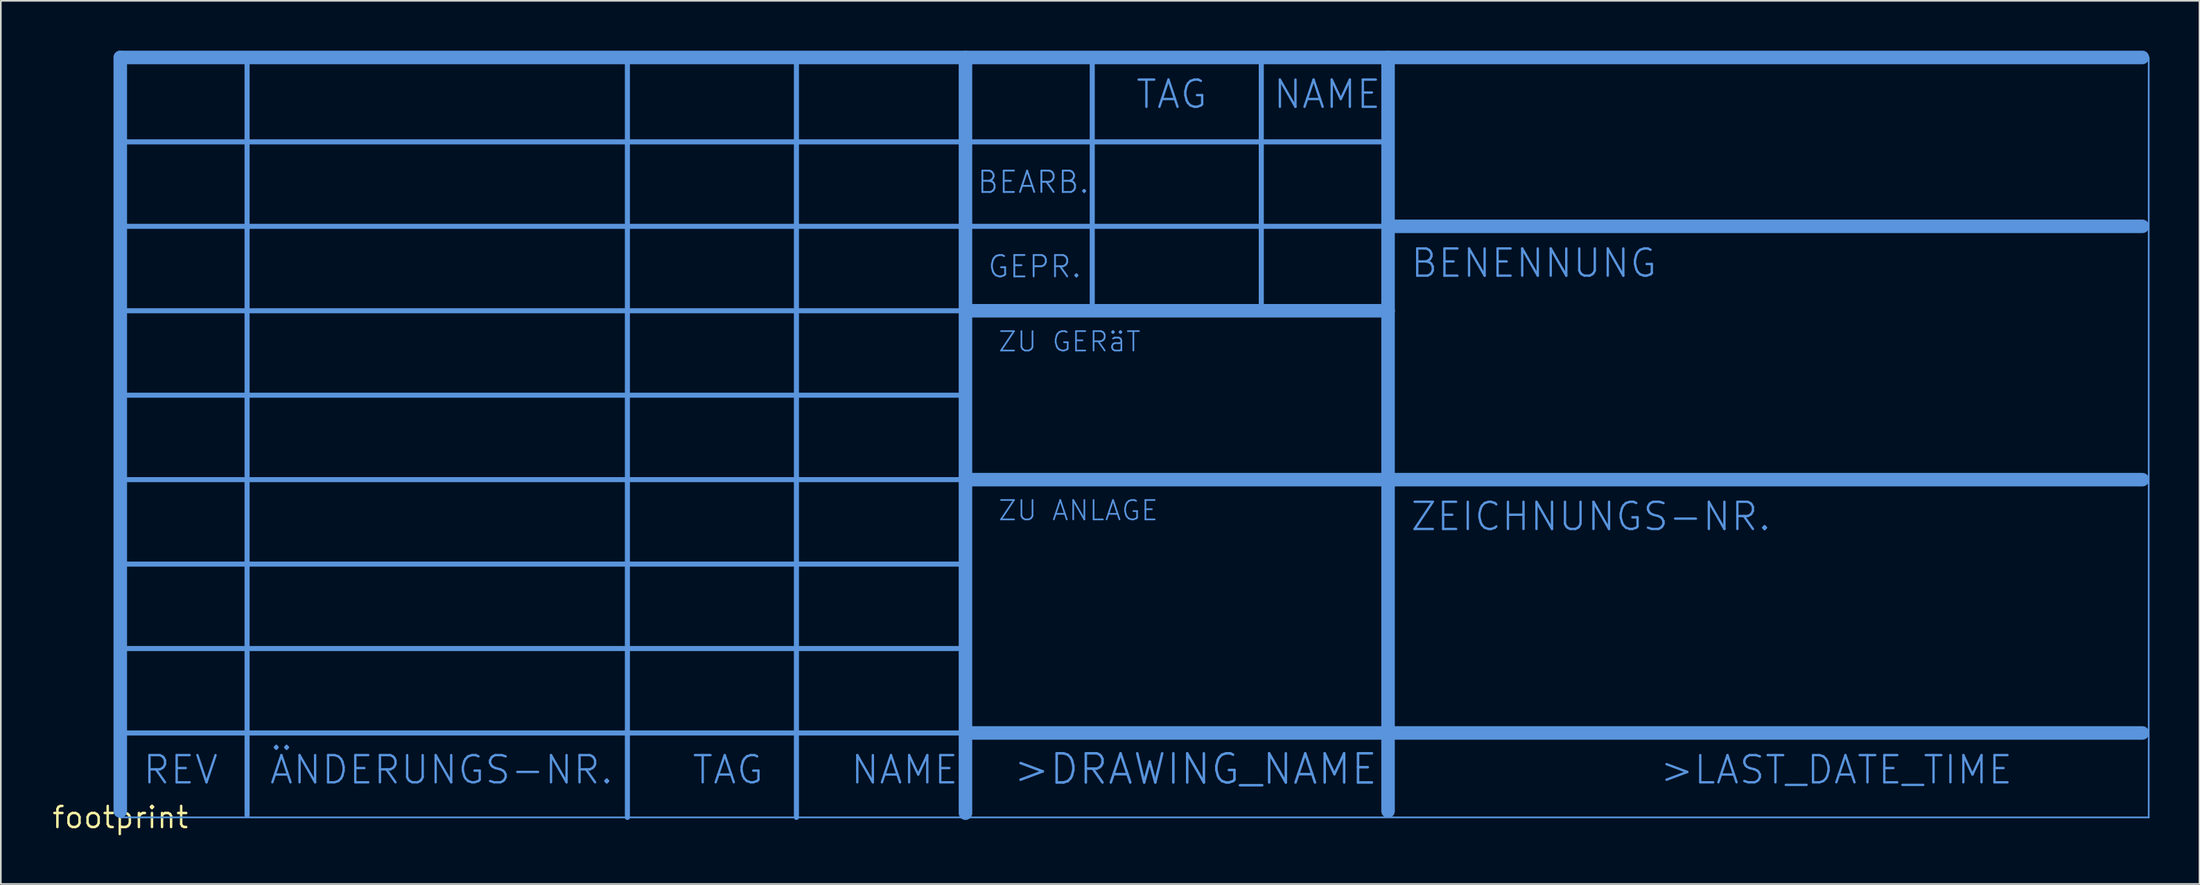
<source format=kicad_pcb>
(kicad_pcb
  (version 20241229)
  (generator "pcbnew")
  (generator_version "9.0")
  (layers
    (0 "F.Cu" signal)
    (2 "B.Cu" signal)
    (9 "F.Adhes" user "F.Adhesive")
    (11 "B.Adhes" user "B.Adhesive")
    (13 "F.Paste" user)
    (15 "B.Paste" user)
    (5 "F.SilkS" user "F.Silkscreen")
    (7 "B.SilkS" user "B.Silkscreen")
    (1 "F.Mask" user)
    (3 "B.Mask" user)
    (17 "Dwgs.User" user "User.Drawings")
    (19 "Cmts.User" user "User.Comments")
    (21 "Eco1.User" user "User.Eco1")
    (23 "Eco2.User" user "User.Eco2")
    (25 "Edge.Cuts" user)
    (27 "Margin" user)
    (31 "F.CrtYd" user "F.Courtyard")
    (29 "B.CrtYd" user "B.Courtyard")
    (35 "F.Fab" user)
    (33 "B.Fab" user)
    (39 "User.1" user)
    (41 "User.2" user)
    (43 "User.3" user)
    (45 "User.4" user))
  (footprint "footprint"
    (layer "F.Cu")
    (at 4.18 46.126)
    (property "Reference" "footprint" (at 0 0 0) (layer "F.SilkS") (effects (font (size 1.27 1.27) (thickness 0.15))))
    (fp_line (start 0 -45.72) (end 0 -0.381) (stroke (width 0.813) (type solid)) (layer "Cmts.User"))
    (fp_line (start 0 -40.64) (end 76.2 -40.64) (stroke (width 0.305) (type solid)) (layer "Cmts.User"))
    (fp_line (start 0 -30.48) (end 50.8 -30.48) (stroke (width 0.305) (type solid)) (layer "Cmts.User"))
    (fp_line (start 0 -20.32) (end 50.8 -20.32) (stroke (width 0.305) (type solid)) (layer "Cmts.User"))
    (fp_line (start 0 -10.16) (end 50.8 -10.16) (stroke (width 0.305) (type solid)) (layer "Cmts.User"))
    (fp_line (start 0 0) (end 121.92 0) (stroke (width 0.102) (type solid)) (layer "Cmts.User"))
    (fp_line (start 7.62 -0.127) (end 7.62 -45.72) (stroke (width 0.305) (type solid)) (layer "Cmts.User"))
    (fp_line (start 30.48 -45.72) (end 30.48 0) (stroke (width 0.305) (type solid)) (layer "Cmts.User"))
    (fp_line (start 40.64 0) (end 40.64 -45.72) (stroke (width 0.305) (type solid)) (layer "Cmts.User"))
    (fp_line (start 50.8 -45.72) (end 50.8 -30.48) (stroke (width 0.813) (type solid)) (layer "Cmts.User"))
    (fp_line (start 50.8 -30.48) (end 50.8 -20.32) (stroke (width 0.813) (type solid)) (layer "Cmts.User"))
    (fp_line (start 50.8 -25.4) (end 0 -25.4) (stroke (width 0.305) (type solid)) (layer "Cmts.User"))
    (fp_line (start 50.8 -20.32) (end 50.8 -5.08) (stroke (width 0.813) (type solid)) (layer "Cmts.User"))
    (fp_line (start 50.8 -20.32) (end 121.539 -20.32) (stroke (width 0.813) (type solid)) (layer "Cmts.User"))
    (fp_line (start 50.8 -15.24) (end 0 -15.24) (stroke (width 0.305) (type solid)) (layer "Cmts.User"))
    (fp_line (start 50.8 -5.08) (end 0 -5.08) (stroke (width 0.305) (type solid)) (layer "Cmts.User"))
    (fp_line (start 50.8 -5.08) (end 50.8 -0.254) (stroke (width 0.813) (type solid)) (layer "Cmts.User"))
    (fp_line (start 50.8 -0.254) (end 50.825 0) (stroke (width 0.254) (type solid)) (layer "Cmts.User"))
    (fp_line (start 58.42 -45.72) (end 58.42 -30.48) (stroke (width 0.305) (type solid)) (layer "Cmts.User"))
    (fp_line (start 68.58 -30.48) (end 68.58 -45.72) (stroke (width 0.305) (type solid)) (layer "Cmts.User"))
    (fp_line (start 76.2 -35.56) (end 0 -35.56) (stroke (width 0.305) (type solid)) (layer "Cmts.User"))
    (fp_line (start 76.2 -35.56) (end 76.2 -45.72) (stroke (width 0.813) (type solid)) (layer "Cmts.User"))
    (fp_line (start 76.2 -35.56) (end 121.539 -35.56) (stroke (width 0.813) (type solid)) (layer "Cmts.User"))
    (fp_line (start 76.2 -30.48) (end 50.8 -30.48) (stroke (width 0.813) (type solid)) (layer "Cmts.User"))
    (fp_line (start 76.2 -30.48) (end 76.2 -35.56) (stroke (width 0.813) (type solid)) (layer "Cmts.User"))
    (fp_line (start 76.2 -0.381) (end 76.2 -30.48) (stroke (width 0.813) (type solid)) (layer "Cmts.User"))
    (fp_line (start 121.539 -45.72) (end 0 -45.72) (stroke (width 0.813) (type solid)) (layer "Cmts.User"))
    (fp_line (start 121.539 -5.08) (end 50.8 -5.08) (stroke (width 0.813) (type solid)) (layer "Cmts.User"))
    (fp_line (start 121.92 0) (end 121.92 -45.72) (stroke (width 0.102) (type solid)) (layer "Cmts.User"))
    (fp_text user ">LAST_DATE_TIME" (at 92.456 -1.905 0) (layer "Cmts.User") (effects (font (size 1.636 1.636) (thickness 0.142)) (justify left bottom)))
    (fp_text user "ZEICHNUNGS-NR." (at 77.47 -17.145 0) (layer "Cmts.User") (effects (font (size 1.636 1.636) (thickness 0.142)) (justify left bottom)))
    (fp_text user "GEPR." (at 52.07 -32.385 0) (layer "Cmts.User") (effects (font (size 1.285 1.285) (thickness 0.112)) (justify left bottom)))
    (fp_text user "ZU GERäT" (at 52.705 -27.94 0) (layer "Cmts.User") (effects (font (size 1.168 1.168) (thickness 0.102)) (justify left bottom)))
    (fp_text user "BENENNUNG" (at 77.47 -32.385 0) (layer "Cmts.User") (effects (font (size 1.636 1.636) (thickness 0.142)) (justify left bottom)))
    (fp_text user "TAG" (at 34.29 -1.905 0) (layer "Cmts.User") (effects (font (size 1.636 1.636) (thickness 0.142)) (justify left bottom)))
    (fp_text user "ÄNDERUNGS-NR." (at 8.89 -1.905 0) (layer "Cmts.User") (effects (font (size 1.636 1.636) (thickness 0.142)) (justify left bottom)))
    (fp_text user "ZU ANLAGE" (at 52.705 -17.78 0) (layer "Cmts.User") (effects (font (size 1.168 1.168) (thickness 0.102)) (justify left bottom)))
    (fp_text user "NAME" (at 43.815 -1.905 0) (layer "Cmts.User") (effects (font (size 1.636 1.636) (thickness 0.142)) (justify left bottom)))
    (fp_text user "NAME" (at 69.215 -42.545 0) (layer "Cmts.User") (effects (font (size 1.636 1.636) (thickness 0.142)) (justify left bottom)))
    (fp_text user "REV" (at 1.27 -1.905 0) (layer "Cmts.User") (effects (font (size 1.636 1.636) (thickness 0.142)) (justify left bottom)))
    (fp_text user "TAG" (at 60.96 -42.545 0) (layer "Cmts.User") (effects (font (size 1.636 1.636) (thickness 0.142)) (justify left bottom)))
    (fp_text user "BEARB." (at 51.435 -37.465 0) (layer "Cmts.User") (effects (font (size 1.285 1.285) (thickness 0.112)) (justify left bottom)))
    (fp_text user ">DRAWING_NAME" (at 53.594 -1.88 0) (layer "Cmts.User") (effects (font (size 1.753 1.753) (thickness 0.152)) (justify left bottom))))
  (gr_rect
    (start -3 -3)
    (end 129.151 50.133)
    (stroke (width 0.1) (type default))
    (fill no)
    (layer "Edge.Cuts")))
</source>
